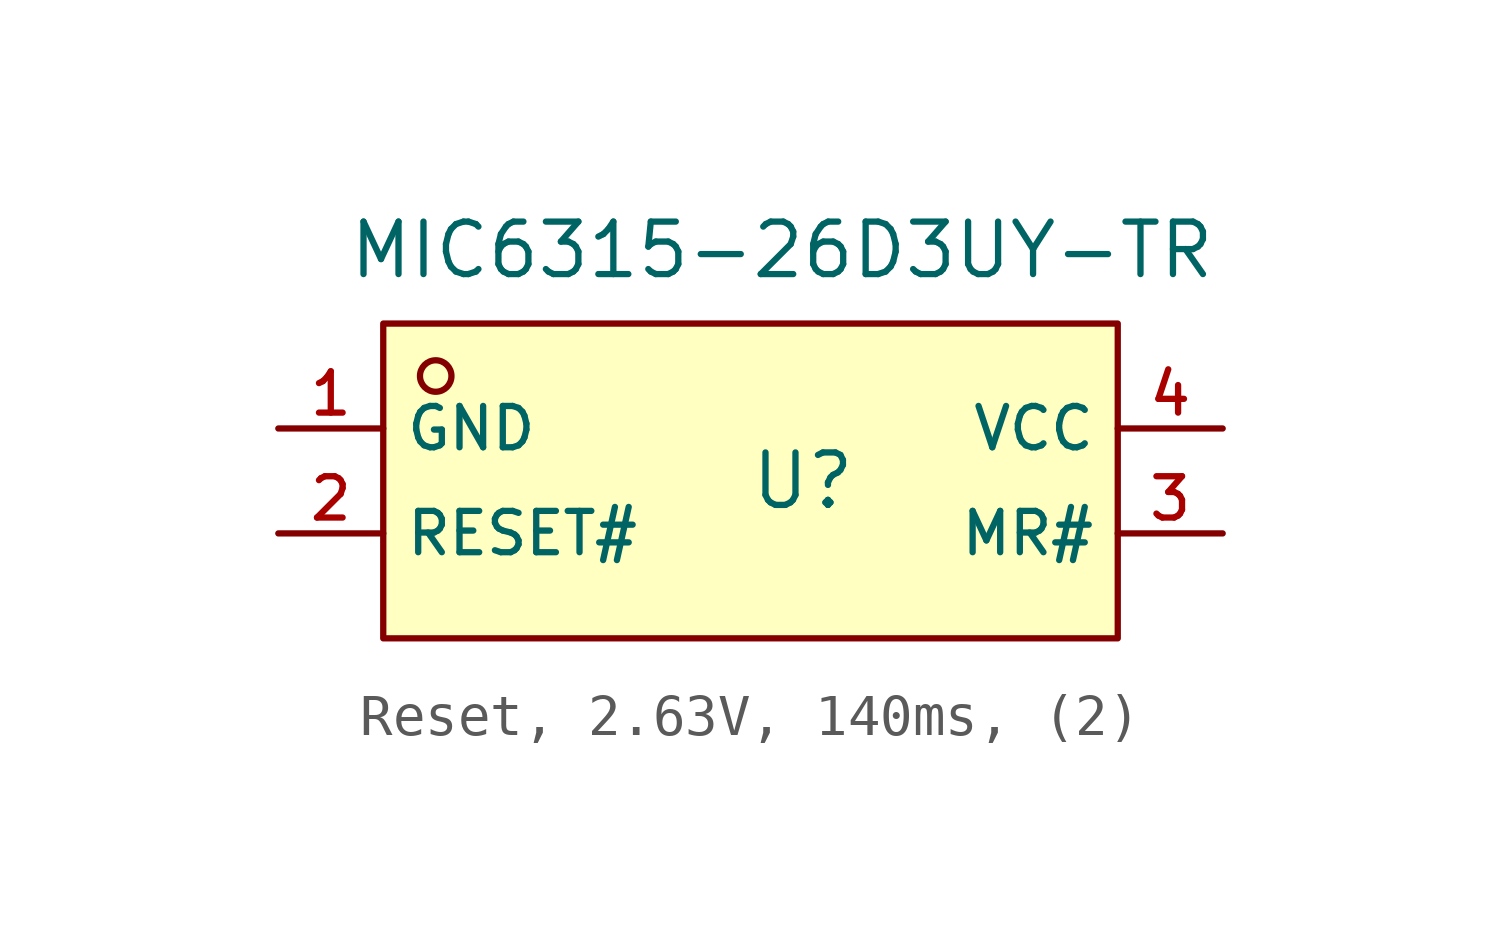
<source format=kicad_sym>
(kicad_symbol_lib
  (version 20231120)
  (generator "CDFER_Archive_Tool")
  (generator_version "0.0")
  (symbol "Reset, 2.63V, 140ms, (2)"
    (property "Reference" "U"
      (at 0 1.27 0)
      (effects (font (size 1.27 1.27))))
    (property "Value" "MIC6315-26D3UY-TR"
      (at -0.508 6.858 0)
      (effects (font (size 1.27 1.27))))
    (symbol "Reset, 2.63V, 140ms, (2)_0_1"
      (rectangle (start -10.16 5.08) (end 7.62 -2.54) (stroke (width 0) (type default)) (fill (type background)))
      (circle (center -8.89 3.81) (radius 0.381) (stroke (width 0) (type default)) (fill (type background)))
      (pin unspecified line (at -12.7 2.54 0) (length 2.54) (name "GND" (effects (font (size 1 1)))) (number "1" (effects (font (size 1 1)))))
      (pin unspecified line (at -12.7 0 0) (length 2.54) (name "RESET#" (effects (font (size 1 1)))) (number "2" (effects (font (size 1 1)))))
      (pin unspecified line (at 10.16 0 180) (length 2.54) (name "MR#" (effects (font (size 1 1)))) (number "3" (effects (font (size 1 1)))))
      (pin unspecified line (at 10.16 2.54 180) (length 2.54) (name "VCC" (effects (font (size 1 1)))) (number "4" (effects (font (size 1 1))))))))
</source>
